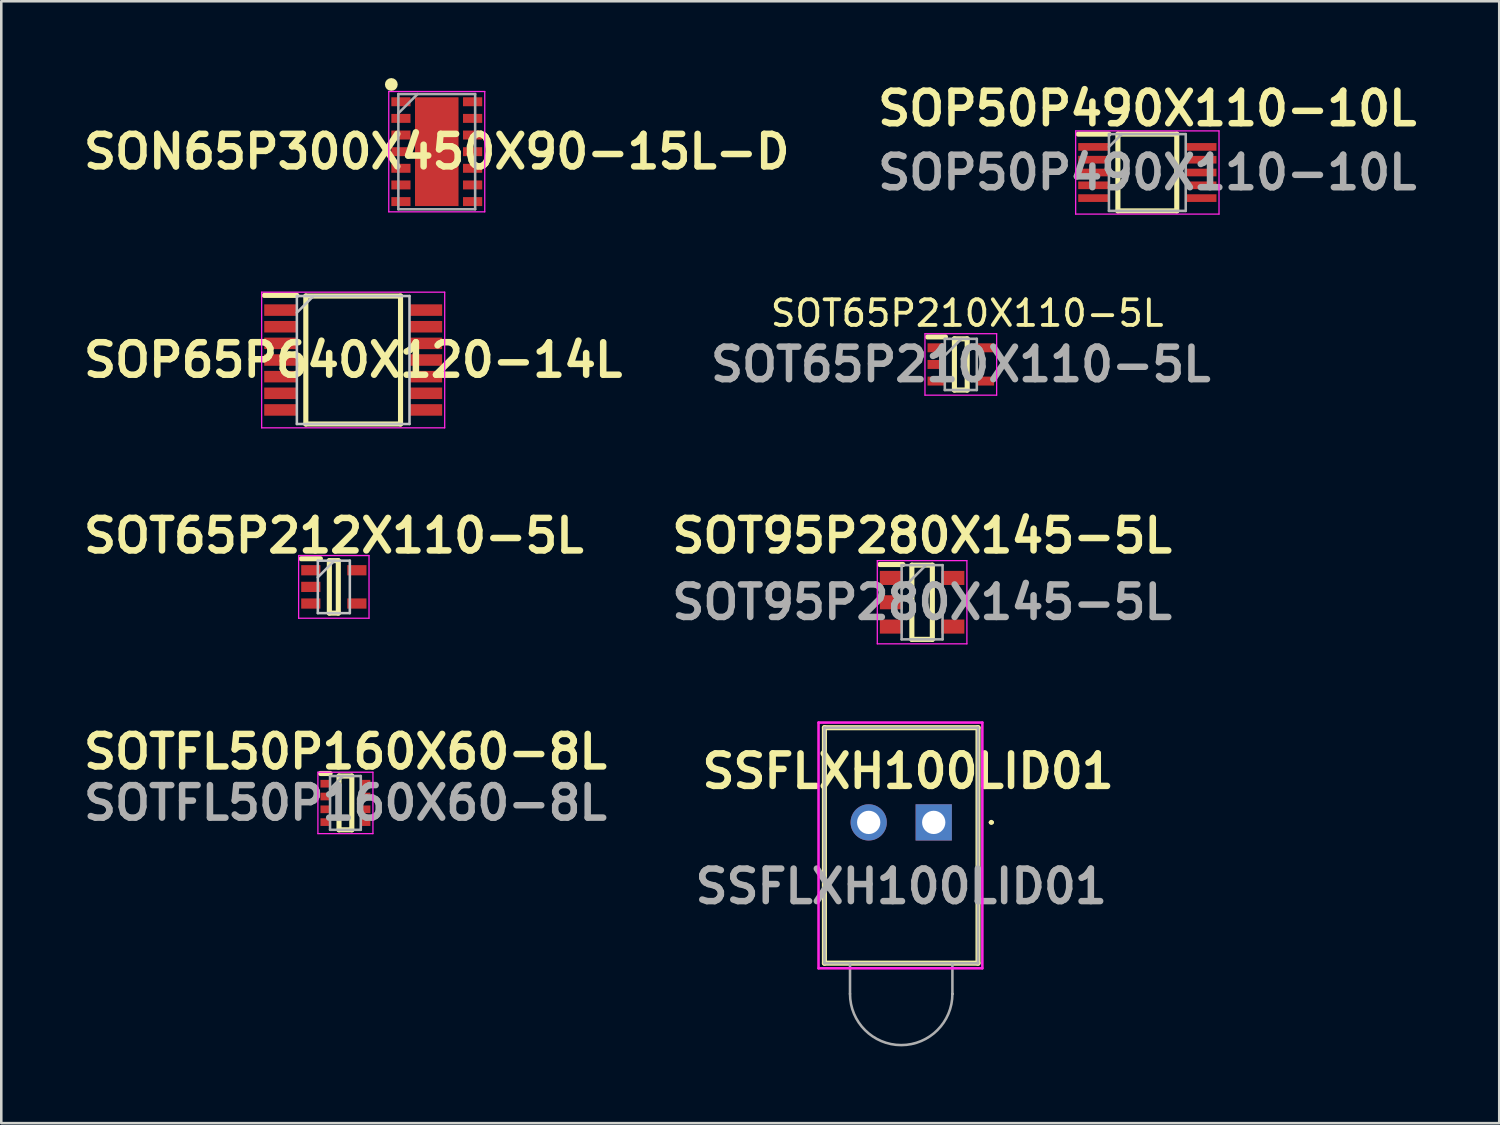
<source format=kicad_pcb>
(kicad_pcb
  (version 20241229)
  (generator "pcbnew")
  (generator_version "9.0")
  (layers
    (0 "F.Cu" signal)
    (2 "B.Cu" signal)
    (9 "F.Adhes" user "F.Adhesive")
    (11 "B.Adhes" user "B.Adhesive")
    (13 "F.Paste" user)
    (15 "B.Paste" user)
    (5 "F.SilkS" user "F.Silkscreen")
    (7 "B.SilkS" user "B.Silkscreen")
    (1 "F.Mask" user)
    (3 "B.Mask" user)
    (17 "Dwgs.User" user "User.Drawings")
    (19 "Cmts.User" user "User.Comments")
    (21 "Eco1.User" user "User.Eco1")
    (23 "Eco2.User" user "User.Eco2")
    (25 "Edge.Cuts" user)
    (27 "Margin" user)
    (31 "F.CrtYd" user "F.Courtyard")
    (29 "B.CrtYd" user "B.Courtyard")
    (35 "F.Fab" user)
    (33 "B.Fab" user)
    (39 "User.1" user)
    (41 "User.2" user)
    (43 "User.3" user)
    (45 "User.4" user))
  (footprint "SOP50P490X110-10L"
    (layer "F.Cu")
    (at 41.771 3.689)
    (property "Reference" "SOP50P490X110-10L" (at 0 -2.5 0) (layer "F.SilkS") (effects (font (size 1.27 1.27) (thickness 0.254))))
    (attr smd)
    (fp_line (start -2.7 -1.5) (end -1.5 -1.5) (stroke (width 0.2) (type solid)) (layer "F.SilkS"))
    (fp_line (start -1.15 -1.5) (end 1.15 -1.5) (stroke (width 0.2) (type solid)) (layer "F.SilkS"))
    (fp_line (start -1.15 1.5) (end -1.15 -1.5) (stroke (width 0.2) (type solid)) (layer "F.SilkS"))
    (fp_line (start 1.15 -1.5) (end 1.15 1.5) (stroke (width 0.2) (type solid)) (layer "F.SilkS"))
    (fp_line (start 1.15 1.5) (end -1.15 1.5) (stroke (width 0.2) (type solid)) (layer "F.SilkS"))
    (fp_line (start -2.8 -1.625) (end 2.8 -1.625) (stroke (width 0.05) (type solid)) (layer "F.CrtYd"))
    (fp_line (start -2.8 1.625) (end -2.8 -1.625) (stroke (width 0.05) (type solid)) (layer "F.CrtYd"))
    (fp_line (start 2.8 -1.625) (end 2.8 1.625) (stroke (width 0.05) (type solid)) (layer "F.CrtYd"))
    (fp_line (start 2.8 1.625) (end -2.8 1.625) (stroke (width 0.05) (type solid)) (layer "F.CrtYd"))
    (fp_line (start -1.5 -1.5) (end 1.5 -1.5) (stroke (width 0.1) (type solid)) (layer "F.Fab"))
    (fp_line (start -1.5 -1) (end -1 -1.5) (stroke (width 0.1) (type solid)) (layer "F.Fab"))
    (fp_line (start -1.5 1.5) (end -1.5 -1.5) (stroke (width 0.1) (type solid)) (layer "F.Fab"))
    (fp_line (start 1.5 -1.5) (end 1.5 1.5) (stroke (width 0.1) (type solid)) (layer "F.Fab"))
    (fp_line (start 1.5 1.5) (end -1.5 1.5) (stroke (width 0.1) (type solid)) (layer "F.Fab"))
    (fp_text user "${REFERENCE}" (at 0 0 0) (layer "F.Fab") (effects (font (size 1.27 1.27) (thickness 0.254))))
    (pad "1" smd rect (at -2.1 -1 90) (size 0.3 1.2) (layers "F.Cu" "F.Mask" "F.Paste"))
    (pad "2" smd rect (at -2.1 -0.5 90) (size 0.3 1.2) (layers "F.Cu" "F.Mask" "F.Paste"))
    (pad "3" smd rect (at -2.1 0 90) (size 0.3 1.2) (layers "F.Cu" "F.Mask" "F.Paste"))
    (pad "4" smd rect (at -2.1 0.5 90) (size 0.3 1.2) (layers "F.Cu" "F.Mask" "F.Paste"))
    (pad "5" smd rect (at -2.1 1 90) (size 0.3 1.2) (layers "F.Cu" "F.Mask" "F.Paste"))
    (pad "6" smd rect (at 2.1 1 90) (size 0.3 1.2) (layers "F.Cu" "F.Mask" "F.Paste"))
    (pad "7" smd rect (at 2.1 0.5 90) (size 0.3 1.2) (layers "F.Cu" "F.Mask" "F.Paste"))
    (pad "8" smd rect (at 2.1 0 90) (size 0.3 1.2) (layers "F.Cu" "F.Mask" "F.Paste"))
    (pad "9" smd rect (at 2.1 -0.5 90) (size 0.3 1.2) (layers "F.Cu" "F.Mask" "F.Paste"))
    (pad "10" smd rect (at 2.1 -1 90) (size 0.3 1.2) (layers "F.Cu" "F.Mask" "F.Paste")))
  (footprint "SSFLXH100LID01"
    (layer "F.Cu")
    (at 33.426 29.077)
    (property "Reference" "SSFLXH100LID01" (at -1 -2 0) (layer "F.SilkS") (effects (font (size 1.27 1.27) (thickness 0.254))))
    (attr through_hole)
    (fp_line (start -4.27 -3.7) (end -4.27 5.5) (stroke (width 0.2) (type solid)) (layer "F.SilkS"))
    (fp_line (start -4.27 5.5) (end 1.73 5.5) (stroke (width 0.2) (type solid)) (layer "F.SilkS"))
    (fp_line (start 1.73 -3.7) (end -4.27 -3.7) (stroke (width 0.2) (type solid)) (layer "F.SilkS"))
    (fp_line (start 1.73 5.5) (end 1.73 -3.7) (stroke (width 0.2) (type solid)) (layer "F.SilkS"))
    (fp_line (start 2.2 0) (end 2.2 0) (stroke (width 0.1) (type solid)) (layer "F.SilkS"))
    (fp_line (start 2.3 0) (end 2.3 0) (stroke (width 0.1) (type solid)) (layer "F.SilkS"))
    (fp_arc (start 2.2 0) (mid 2.25 -0.05) (end 2.3 0) (stroke (width 0.1) (type solid)) (layer "F.SilkS"))
    (fp_arc (start 2.3 0) (mid 2.25 0.05) (end 2.2 0) (stroke (width 0.1) (type solid)) (layer "F.SilkS"))
    (fp_line (start -4.5 -3.9) (end -4.5 5.7) (stroke (width 0.1) (type solid)) (layer "F.CrtYd"))
    (fp_line (start -4.5 5.7) (end 1.9 5.7) (stroke (width 0.1) (type solid)) (layer "F.CrtYd"))
    (fp_line (start 1.9 -3.9) (end -4.5 -3.9) (stroke (width 0.1) (type solid)) (layer "F.CrtYd"))
    (fp_line (start 1.9 5.7) (end 1.9 -3.9) (stroke (width 0.1) (type solid)) (layer "F.CrtYd"))
    (fp_line (start -4.27 -3.7) (end -4.27 5.5) (stroke (width 0.1) (type solid)) (layer "F.Fab"))
    (fp_line (start -4.27 5.5) (end 1.73 5.5) (stroke (width 0.1) (type solid)) (layer "F.Fab"))
    (fp_line (start -3.27 6.7) (end -3.27 5.5) (stroke (width 0.1) (type solid)) (layer "F.Fab"))
    (fp_line (start 0.73 5.5) (end 0.73 6.7) (stroke (width 0.1) (type solid)) (layer "F.Fab"))
    (fp_line (start 0.73 6.7) (end 0.73 6.7) (stroke (width 0.1) (type solid)) (layer "F.Fab"))
    (fp_line (start 1.73 -3.7) (end -4.27 -3.7) (stroke (width 0.1) (type solid)) (layer "F.Fab"))
    (fp_line (start 1.73 5.5) (end 1.73 -3.7) (stroke (width 0.1) (type solid)) (layer "F.Fab"))
    (fp_arc (start 0.73 6.7) (mid -1.27 8.7) (end -3.27 6.7) (stroke (width 0.1) (type solid)) (layer "F.Fab"))
    (fp_text user "${REFERENCE}" (at -1.27 2.5 0) (layer "F.Fab") (effects (font (size 1.27 1.27) (thickness 0.254))))
    (pad "1" thru_hole rect (at 0 0) (size 1.416 1.416) (drill 0.91) (layers "*.Cu" "*.Mask"))
    (pad "2" thru_hole circle (at -2.54 0) (size 1.416 1.416) (drill 0.91) (layers "*.Cu" "*.Mask")))
  (footprint "SOT95P280X145-5L"
    (layer "F.Cu")
    (at 32.972 20.477)
    (property "Reference" "SOT95P280X145-5L" (at 0 -2.6 0) (layer "F.SilkS") (effects (font (size 1.27 1.27) (thickness 0.254))))
    (attr smd)
    (fp_line (start -1.65 -1.475) (end -0.75 -1.475) (stroke (width 0.2) (type solid)) (layer "F.SilkS"))
    (fp_line (start -0.4 -1.45) (end 0.4 -1.45) (stroke (width 0.2) (type solid)) (layer "F.SilkS"))
    (fp_line (start -0.4 1.45) (end -0.4 -1.45) (stroke (width 0.2) (type solid)) (layer "F.SilkS"))
    (fp_line (start 0.4 -1.45) (end 0.4 1.45) (stroke (width 0.2) (type solid)) (layer "F.SilkS"))
    (fp_line (start 0.4 1.45) (end -0.4 1.45) (stroke (width 0.2) (type solid)) (layer "F.SilkS"))
    (fp_line (start -1.75 -1.625) (end 1.75 -1.625) (stroke (width 0.05) (type solid)) (layer "F.CrtYd"))
    (fp_line (start -1.75 1.625) (end -1.75 -1.625) (stroke (width 0.05) (type solid)) (layer "F.CrtYd"))
    (fp_line (start 1.75 -1.625) (end 1.75 1.625) (stroke (width 0.05) (type solid)) (layer "F.CrtYd"))
    (fp_line (start 1.75 1.625) (end -1.75 1.625) (stroke (width 0.05) (type solid)) (layer "F.CrtYd"))
    (fp_line (start -0.8 -1.45) (end 0.8 -1.45) (stroke (width 0.1) (type solid)) (layer "F.Fab"))
    (fp_line (start -0.8 -0.5) (end 0.15 -1.45) (stroke (width 0.1) (type solid)) (layer "F.Fab"))
    (fp_line (start -0.8 1.45) (end -0.8 -1.45) (stroke (width 0.1) (type solid)) (layer "F.Fab"))
    (fp_line (start 0.8 -1.45) (end 0.8 1.45) (stroke (width 0.1) (type solid)) (layer "F.Fab"))
    (fp_line (start 0.8 1.45) (end -0.8 1.45) (stroke (width 0.1) (type solid)) (layer "F.Fab"))
    (fp_text user "${REFERENCE}" (at 0 0 0) (layer "F.Fab") (effects (font (size 1.27 1.27) (thickness 0.254))))
    (pad "1" smd rect (at -1.2 -0.95 90) (size 0.55 0.9) (layers "F.Cu" "F.Mask" "F.Paste"))
    (pad "2" smd rect (at -1.2 0 90) (size 0.55 0.9) (layers "F.Cu" "F.Mask" "F.Paste"))
    (pad "3" smd rect (at -1.2 0.95 90) (size 0.55 0.9) (layers "F.Cu" "F.Mask" "F.Paste"))
    (pad "4" smd rect (at 1.2 0.95 90) (size 0.55 0.9) (layers "F.Cu" "F.Mask" "F.Paste"))
    (pad "5" smd rect (at 1.2 -0.95 90) (size 0.55 0.9) (layers "F.Cu" "F.Mask" "F.Paste")))
  (footprint "SOTFL50P160X60-8L"
    (layer "F.Cu")
    (at 10.444 28.316)
    (property "Reference" "SOTFL50P160X60-8L" (at 0 -2 0) (layer "F.SilkS") (effects (font (size 1.27 1.27) (thickness 0.254))))
    (attr smd)
    (fp_line (start -0.975 -1.15) (end -0.6 -1.15) (stroke (width 0.2) (type solid)) (layer "F.SilkS"))
    (fp_line (start -0.25 -1.05) (end 0.25 -1.05) (stroke (width 0.2) (type solid)) (layer "F.SilkS"))
    (fp_line (start -0.25 1.05) (end -0.25 -1.05) (stroke (width 0.2) (type solid)) (layer "F.SilkS"))
    (fp_line (start 0.25 -1.05) (end 0.25 1.05) (stroke (width 0.2) (type solid)) (layer "F.SilkS"))
    (fp_line (start 0.25 1.05) (end -0.25 1.05) (stroke (width 0.2) (type solid)) (layer "F.SilkS"))
    (fp_line (start -1.075 -1.2) (end 1.075 -1.2) (stroke (width 0.05) (type solid)) (layer "F.CrtYd"))
    (fp_line (start -1.075 1.2) (end -1.075 -1.2) (stroke (width 0.05) (type solid)) (layer "F.CrtYd"))
    (fp_line (start 1.075 -1.2) (end 1.075 1.2) (stroke (width 0.05) (type solid)) (layer "F.CrtYd"))
    (fp_line (start 1.075 1.2) (end -1.075 1.2) (stroke (width 0.05) (type solid)) (layer "F.CrtYd"))
    (fp_line (start -0.6 -1.05) (end 0.6 -1.05) (stroke (width 0.1) (type solid)) (layer "F.Fab"))
    (fp_line (start -0.6 -0.55) (end -0.1 -1.05) (stroke (width 0.1) (type solid)) (layer "F.Fab"))
    (fp_line (start -0.6 1.05) (end -0.6 -1.05) (stroke (width 0.1) (type solid)) (layer "F.Fab"))
    (fp_line (start 0.6 -1.05) (end 0.6 1.05) (stroke (width 0.1) (type solid)) (layer "F.Fab"))
    (fp_line (start 0.6 1.05) (end -0.6 1.05) (stroke (width 0.1) (type solid)) (layer "F.Fab"))
    (fp_text user "${REFERENCE}" (at 0 0 0) (layer "F.Fab") (effects (font (size 1.27 1.27) (thickness 0.254))))
    (pad "1" smd rect (at -0.788 -0.75 90) (size 0.3 0.375) (layers "F.Cu" "F.Mask" "F.Paste"))
    (pad "2" smd rect (at -0.788 -0.25 90) (size 0.3 0.375) (layers "F.Cu" "F.Mask" "F.Paste"))
    (pad "3" smd rect (at -0.788 0.25 90) (size 0.3 0.375) (layers "F.Cu" "F.Mask" "F.Paste"))
    (pad "4" smd rect (at -0.788 0.75 90) (size 0.3 0.375) (layers "F.Cu" "F.Mask" "F.Paste"))
    (pad "5" smd rect (at 0.788 0.75 90) (size 0.3 0.375) (layers "F.Cu" "F.Mask" "F.Paste"))
    (pad "6" smd rect (at 0.788 0.25 90) (size 0.3 0.375) (layers "F.Cu" "F.Mask" "F.Paste"))
    (pad "7" smd rect (at 0.788 -0.25 90) (size 0.3 0.375) (layers "F.Cu" "F.Mask" "F.Paste"))
    (pad "8" smd rect (at 0.788 -0.75 90) (size 0.3 0.375) (layers "F.Cu" "F.Mask" "F.Paste")))
  (footprint "SOT65P210X110-5L"
    (layer "F.Cu")
    (at 34.484 11.187)
    (property "Reference" "SOT65P210X110-5L" (at 0.25 -2 0) (layer "F.SilkS") (effects (font (size 1 1) (thickness 0.15))))
    (attr smd)
    (fp_line (start -1.3 -1.075) (end -0.6 -1.075) (stroke (width 0.2) (type solid)) (layer "F.SilkS"))
    (fp_line (start -0.25 -1) (end 0.25 -1) (stroke (width 0.2) (type solid)) (layer "F.SilkS"))
    (fp_line (start -0.25 1) (end -0.25 -1) (stroke (width 0.2) (type solid)) (layer "F.SilkS"))
    (fp_line (start 0.25 -1) (end 0.25 1) (stroke (width 0.2) (type solid)) (layer "F.SilkS"))
    (fp_line (start 0.25 1) (end -0.25 1) (stroke (width 0.2) (type solid)) (layer "F.SilkS"))
    (fp_line (start -1.4 -1.2) (end 1.4 -1.2) (stroke (width 0.05) (type solid)) (layer "F.CrtYd"))
    (fp_line (start -1.4 1.2) (end -1.4 -1.2) (stroke (width 0.05) (type solid)) (layer "F.CrtYd"))
    (fp_line (start 1.4 -1.2) (end 1.4 1.2) (stroke (width 0.05) (type solid)) (layer "F.CrtYd"))
    (fp_line (start 1.4 1.2) (end -1.4 1.2) (stroke (width 0.05) (type solid)) (layer "F.CrtYd"))
    (fp_line (start -0.625 -1) (end 0.625 -1) (stroke (width 0.1) (type solid)) (layer "F.Fab"))
    (fp_line (start -0.625 -0.35) (end 0.025 -1) (stroke (width 0.1) (type solid)) (layer "F.Fab"))
    (fp_line (start -0.625 1) (end -0.625 -1) (stroke (width 0.1) (type solid)) (layer "F.Fab"))
    (fp_line (start 0.625 -1) (end 0.625 1) (stroke (width 0.1) (type solid)) (layer "F.Fab"))
    (fp_line (start 0.625 1) (end -0.625 1) (stroke (width 0.1) (type solid)) (layer "F.Fab"))
    (fp_text user "${REFERENCE}" (at 0 0 0) (layer "F.Fab") (effects (font (size 1.27 1.27) (thickness 0.254))))
    (pad "1" smd rect (at -0.95 -0.65 90) (size 0.35 0.7) (layers "F.Cu" "F.Mask" "F.Paste"))
    (pad "2" smd rect (at -0.95 0 90) (size 0.35 0.7) (layers "F.Cu" "F.Mask" "F.Paste"))
    (pad "3" smd rect (at -0.95 0.65 90) (size 0.35 0.7) (layers "F.Cu" "F.Mask" "F.Paste"))
    (pad "4" smd rect (at 0.95 0.65 90) (size 0.35 0.7) (layers "F.Cu" "F.Mask" "F.Paste"))
    (pad "5" smd rect (at 0.95 -0.65 90) (size 0.35 0.7) (layers "F.Cu" "F.Mask" "F.Paste")))
  (footprint "SON65P300X450X90-15L-D"
    (layer "F.Cu")
    (at 14.012 2.875)
    (property "Reference" "SON65P300X450X90-15L-D" (at 0 0 0) (layer "F.SilkS") (effects (font (size 1.27 1.27) (thickness 0.254))))
    (attr smd)
    (fp_circle (center -1.775 -2.625) (end -1.775 -2.5) (stroke (width 0.25) (type solid)) (fill no) (layer "F.SilkS"))
    (fp_line (start -1.875 -2.35) (end 1.875 -2.35) (stroke (width 0.05) (type solid)) (layer "F.CrtYd"))
    (fp_line (start -1.875 2.35) (end -1.875 -2.35) (stroke (width 0.05) (type solid)) (layer "F.CrtYd"))
    (fp_line (start 1.875 -2.35) (end 1.875 2.35) (stroke (width 0.05) (type solid)) (layer "F.CrtYd"))
    (fp_line (start 1.875 2.35) (end -1.875 2.35) (stroke (width 0.05) (type solid)) (layer "F.CrtYd"))
    (fp_line (start -1.5 -2.25) (end 1.5 -2.25) (stroke (width 0.1) (type solid)) (layer "F.Fab"))
    (fp_line (start -1.5 -1.5) (end -0.75 -2.25) (stroke (width 0.1) (type solid)) (layer "F.Fab"))
    (fp_line (start -1.5 2.25) (end -1.5 -2.25) (stroke (width 0.1) (type solid)) (layer "F.Fab"))
    (fp_line (start 1.5 -2.25) (end 1.5 2.25) (stroke (width 0.1) (type solid)) (layer "F.Fab"))
    (fp_line (start 1.5 2.25) (end -1.5 2.25) (stroke (width 0.1) (type solid)) (layer "F.Fab"))
    (pad "1" smd rect (at -1.4 -1.95 90) (size 0.35 0.75) (layers "F.Cu" "F.Mask" "F.Paste"))
    (pad "2" smd rect (at -1.4 -1.3 90) (size 0.35 0.75) (layers "F.Cu" "F.Mask" "F.Paste"))
    (pad "3" smd rect (at -1.4 -0.65 90) (size 0.35 0.75) (layers "F.Cu" "F.Mask" "F.Paste"))
    (pad "4" smd rect (at -1.4 0 90) (size 0.35 0.75) (layers "F.Cu" "F.Mask" "F.Paste"))
    (pad "5" smd rect (at -1.4 0.65 90) (size 0.35 0.75) (layers "F.Cu" "F.Mask" "F.Paste"))
    (pad "6" smd rect (at -1.4 1.3 90) (size 0.35 0.75) (layers "F.Cu" "F.Mask" "F.Paste"))
    (pad "7" smd rect (at -1.4 1.95 90) (size 0.35 0.75) (layers "F.Cu" "F.Mask" "F.Paste"))
    (pad "8" smd rect (at 1.4 1.95 90) (size 0.35 0.75) (layers "F.Cu" "F.Mask" "F.Paste"))
    (pad "9" smd rect (at 1.4 1.3 90) (size 0.35 0.75) (layers "F.Cu" "F.Mask" "F.Paste"))
    (pad "10" smd rect (at 1.4 0.65 90) (size 0.35 0.75) (layers "F.Cu" "F.Mask" "F.Paste"))
    (pad "11" smd rect (at 1.4 0 90) (size 0.35 0.75) (layers "F.Cu" "F.Mask" "F.Paste"))
    (pad "12" smd rect (at 1.4 -0.65 90) (size 0.35 0.75) (layers "F.Cu" "F.Mask" "F.Paste"))
    (pad "13" smd rect (at 1.4 -1.3 90) (size 0.35 0.75) (layers "F.Cu" "F.Mask" "F.Paste"))
    (pad "14" smd rect (at 1.4 -1.95 90) (size 0.35 0.75) (layers "F.Cu" "F.Mask" "F.Paste"))
    (pad "15" smd rect (at 0 0) (size 1.7 4.25) (layers "F.Cu" "F.Mask" "F.Paste")))
  (footprint "SOP65P640X120-14L"
    (layer "F.Cu")
    (at 10.747 11.014)
    (property "Reference" "SOP65P640X120-14L" (at 0 0 0) (layer "F.SilkS") (effects (font (size 1.27 1.27) (thickness 0.254))))
    (attr smd)
    (fp_line (start -3.475 -2.525) (end -2.2 -2.525) (stroke (width 0.2) (type solid)) (layer "F.SilkS"))
    (fp_line (start -1.85 -2.5) (end 1.85 -2.5) (stroke (width 0.2) (type solid)) (layer "F.SilkS"))
    (fp_line (start -1.85 2.5) (end -1.85 -2.5) (stroke (width 0.2) (type solid)) (layer "F.SilkS"))
    (fp_line (start 1.85 -2.5) (end 1.85 2.5) (stroke (width 0.2) (type solid)) (layer "F.SilkS"))
    (fp_line (start 1.85 2.5) (end -1.85 2.5) (stroke (width 0.2) (type solid)) (layer "F.SilkS"))
    (fp_line (start -2.2 -2.5) (end 2.2 -2.5) (stroke (width 0.1) (type solid)) (layer "Dwgs.User"))
    (fp_line (start -2.2 -1.85) (end -1.55 -2.5) (stroke (width 0.1) (type solid)) (layer "Dwgs.User"))
    (fp_line (start -2.2 2.5) (end -2.2 -2.5) (stroke (width 0.1) (type solid)) (layer "Dwgs.User"))
    (fp_line (start 2.2 -2.5) (end 2.2 2.5) (stroke (width 0.1) (type solid)) (layer "Dwgs.User"))
    (fp_line (start 2.2 2.5) (end -2.2 2.5) (stroke (width 0.1) (type solid)) (layer "Dwgs.User"))
    (fp_line (start -3.575 -2.65) (end 3.575 -2.65) (stroke (width 0.05) (type solid)) (layer "F.CrtYd"))
    (fp_line (start -3.575 2.65) (end -3.575 -2.65) (stroke (width 0.05) (type solid)) (layer "F.CrtYd"))
    (fp_line (start 3.575 -2.65) (end 3.575 2.65) (stroke (width 0.05) (type solid)) (layer "F.CrtYd"))
    (fp_line (start 3.575 2.65) (end -3.575 2.65) (stroke (width 0.05) (type solid)) (layer "F.CrtYd"))
    (pad "1" smd rect (at -2.838 -1.95 90) (size 0.45 1.275) (layers "F.Cu" "F.Mask" "F.Paste"))
    (pad "2" smd rect (at -2.838 -1.3 90) (size 0.45 1.275) (layers "F.Cu" "F.Mask" "F.Paste"))
    (pad "3" smd rect (at -2.838 -0.65 90) (size 0.45 1.275) (layers "F.Cu" "F.Mask" "F.Paste"))
    (pad "4" smd rect (at -2.838 0 90) (size 0.45 1.275) (layers "F.Cu" "F.Mask" "F.Paste"))
    (pad "5" smd rect (at -2.838 0.65 90) (size 0.45 1.275) (layers "F.Cu" "F.Mask" "F.Paste"))
    (pad "6" smd rect (at -2.838 1.3 90) (size 0.45 1.275) (layers "F.Cu" "F.Mask" "F.Paste"))
    (pad "7" smd rect (at -2.838 1.95 90) (size 0.45 1.275) (layers "F.Cu" "F.Mask" "F.Paste"))
    (pad "8" smd rect (at 2.838 1.95 90) (size 0.45 1.275) (layers "F.Cu" "F.Mask" "F.Paste"))
    (pad "9" smd rect (at 2.838 1.3 90) (size 0.45 1.275) (layers "F.Cu" "F.Mask" "F.Paste"))
    (pad "10" smd rect (at 2.838 0.65 90) (size 0.45 1.275) (layers "F.Cu" "F.Mask" "F.Paste"))
    (pad "11" smd rect (at 2.838 0 90) (size 0.45 1.275) (layers "F.Cu" "F.Mask" "F.Paste"))
    (pad "12" smd rect (at 2.838 -0.65 90) (size 0.45 1.275) (layers "F.Cu" "F.Mask" "F.Paste"))
    (pad "13" smd rect (at 2.838 -1.3 90) (size 0.45 1.275) (layers "F.Cu" "F.Mask" "F.Paste"))
    (pad "14" smd rect (at 2.838 -1.95 90) (size 0.45 1.275) (layers "F.Cu" "F.Mask" "F.Paste")))
  (footprint "SOT65P212X110-5L"
    (layer "F.Cu")
    (at 9.991 19.877)
    (property "Reference" "SOT65P212X110-5L" (at 0 -2 0) (layer "F.SilkS") (effects (font (size 1.27 1.27) (thickness 0.254))))
    (attr smd)
    (fp_line (start -1.275 -1.1) (end -0.525 -1.1) (stroke (width 0.2) (type solid)) (layer "F.SilkS"))
    (fp_line (start -0.175 -1.025) (end 0.175 -1.025) (stroke (width 0.2) (type solid)) (layer "F.SilkS"))
    (fp_line (start -0.175 1.025) (end -0.175 -1.025) (stroke (width 0.2) (type solid)) (layer "F.SilkS"))
    (fp_line (start 0.175 -1.025) (end 0.175 1.025) (stroke (width 0.2) (type solid)) (layer "F.SilkS"))
    (fp_line (start 0.175 1.025) (end -0.175 1.025) (stroke (width 0.2) (type solid)) (layer "F.SilkS"))
    (fp_line (start -0.625 -1.025) (end 0.625 -1.025) (stroke (width 0.1) (type solid)) (layer "Dwgs.User"))
    (fp_line (start -0.625 -0.375) (end 0.025 -1.025) (stroke (width 0.1) (type solid)) (layer "Dwgs.User"))
    (fp_line (start -0.625 1.025) (end -0.625 -1.025) (stroke (width 0.1) (type solid)) (layer "Dwgs.User"))
    (fp_line (start 0.625 -1.025) (end 0.625 1.025) (stroke (width 0.1) (type solid)) (layer "Dwgs.User"))
    (fp_line (start 0.625 1.025) (end -0.625 1.025) (stroke (width 0.1) (type solid)) (layer "Dwgs.User"))
    (fp_line (start -1.375 -1.225) (end 1.375 -1.225) (stroke (width 0.05) (type solid)) (layer "F.CrtYd"))
    (fp_line (start -1.375 1.225) (end -1.375 -1.225) (stroke (width 0.05) (type solid)) (layer "F.CrtYd"))
    (fp_line (start 1.375 -1.225) (end 1.375 1.225) (stroke (width 0.05) (type solid)) (layer "F.CrtYd"))
    (fp_line (start 1.375 1.225) (end -1.375 1.225) (stroke (width 0.05) (type solid)) (layer "F.CrtYd"))
    (pad "1" smd rect (at -0.9 -0.65 90) (size 0.4 0.75) (layers "F.Cu" "F.Mask" "F.Paste"))
    (pad "2" smd rect (at -0.9 0 90) (size 0.4 0.75) (layers "F.Cu" "F.Mask" "F.Paste"))
    (pad "3" smd rect (at -0.9 0.65 90) (size 0.4 0.75) (layers "F.Cu" "F.Mask" "F.Paste"))
    (pad "4" smd rect (at 0.9 0.65 90) (size 0.4 0.75) (layers "F.Cu" "F.Mask" "F.Paste"))
    (pad "5" smd rect (at 0.9 -0.65 90) (size 0.4 0.75) (layers "F.Cu" "F.Mask" "F.Paste")))
  (gr_rect
    (start -3 -3)
    (end 55.518 40.827)
    (stroke (width 0.1) (type default))
    (fill no)
    (layer "Edge.Cuts")))
</source>
